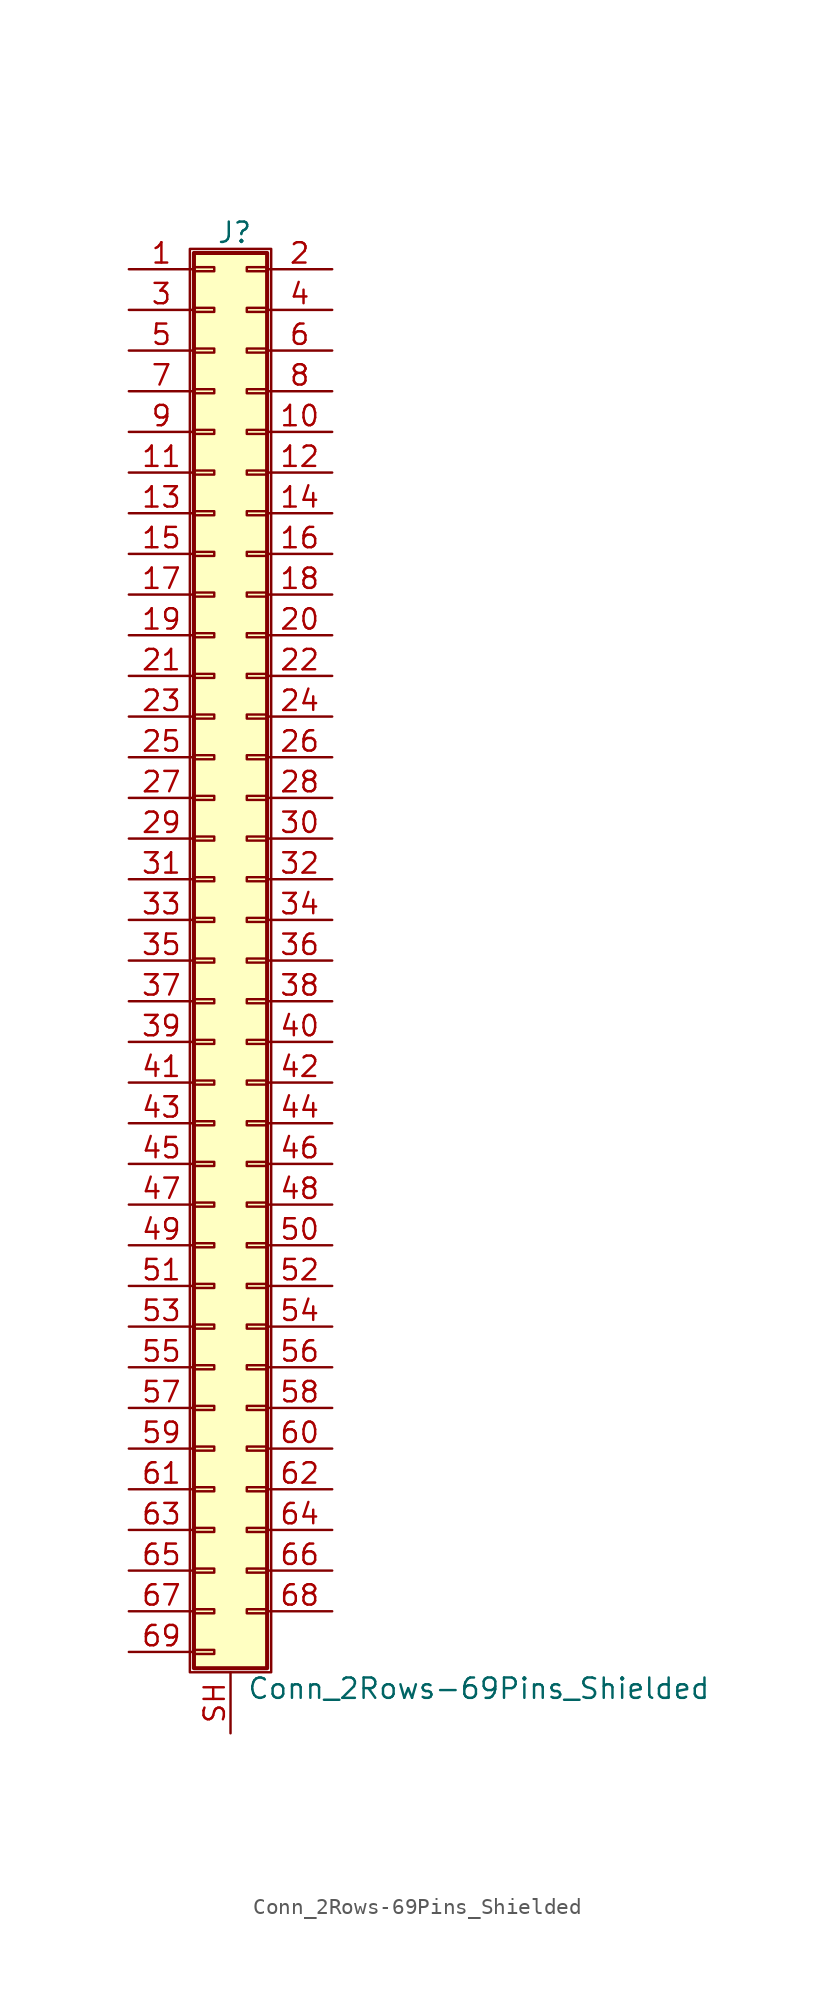
<source format=kicad_sym>
(kicad_symbol_lib
  (version 20201005)
  (generator kicad_symbol_editor)
  (symbol "Connector_Generic_Shielded:Conn_2Rows-69Pins_Shielded"
    (pin_names
      (offset 1.016) hide)
    (property "Reference" "J"
      (at 1.524 45.466 0)
      (effects (font (size 1.27 1.27))))
    (property "Value" "Conn_2Rows-69Pins_Shielded"
      (at 2.286 -45.466 0)
      (effects (font (size 1.27 1.27)) (justify left)))
    (symbol "Conn_2Rows-69Pins_Shielded_1_1"
      (rectangle (start -1.016 -27.813) (end 0.254 -28.067) (stroke (width 0.152)) (fill (type none)))
      (rectangle (start -1.016 -30.353) (end 0.254 -30.607) (stroke (width 0.152)) (fill (type none)))
      (rectangle (start -1.016 -32.893) (end 0.254 -33.147) (stroke (width 0.152)) (fill (type none)))
      (rectangle (start -1.016 -35.433) (end 0.254 -35.687) (stroke (width 0.152)) (fill (type none)))
      (rectangle (start -1.016 -37.973) (end 0.254 -38.227) (stroke (width 0.152)) (fill (type none)))
      (rectangle (start -1.016 -40.513) (end 0.254 -40.767) (stroke (width 0.152)) (fill (type none)))
      (rectangle (start -1.016 -43.053) (end 0.254 -43.307) (stroke (width 0.152)) (fill (type none)))
      (rectangle (start -1.016 -4.953) (end 0.254 -5.207) (stroke (width 0.152)) (fill (type none)))
      (rectangle (start -1.016 -7.493) (end 0.254 -7.747) (stroke (width 0.152)) (fill (type none)))
      (rectangle (start -1.016 -10.033) (end 0.254 -10.287) (stroke (width 0.152)) (fill (type none)))
      (rectangle (start -1.016 -12.573) (end 0.254 -12.827) (stroke (width 0.152)) (fill (type none)))
      (rectangle (start -1.016 -15.113) (end 0.254 -15.367) (stroke (width 0.152)) (fill (type none)))
      (rectangle (start -1.016 -17.653) (end 0.254 -17.907) (stroke (width 0.152)) (fill (type none)))
      (rectangle (start -1.016 -20.193) (end 0.254 -20.447) (stroke (width 0.152)) (fill (type none)))
      (rectangle (start -1.016 -22.733) (end 0.254 -22.987) (stroke (width 0.152)) (fill (type none)))
      (rectangle (start -1.016 -2.413) (end 0.254 -2.667) (stroke (width 0.152)) (fill (type none)))
      (rectangle (start -1.016 -25.273) (end 0.254 -25.527) (stroke (width 0.152)) (fill (type none)))
      (rectangle (start -1.016 25.527) (end 0.254 25.273) (stroke (width 0.152)) (fill (type none)))
      (rectangle (start -1.016 2.667) (end 0.254 2.413) (stroke (width 0.152)) (fill (type none)))
      (rectangle (start -1.016 28.067) (end 0.254 27.813) (stroke (width 0.152)) (fill (type none)))
      (rectangle (start -1.016 30.607) (end 0.254 30.353) (stroke (width 0.152)) (fill (type none)))
      (rectangle (start -1.016 33.147) (end 0.254 32.893) (stroke (width 0.152)) (fill (type none)))
      (rectangle (start -1.016 35.687) (end 0.254 35.433) (stroke (width 0.152)) (fill (type none)))
      (rectangle (start -1.016 38.227) (end 0.254 37.973) (stroke (width 0.152)) (fill (type none)))
      (rectangle (start -1.016 40.767) (end 0.254 40.513) (stroke (width 0.152)) (fill (type none)))
      (rectangle (start -1.016 43.307) (end 0.254 43.053) (stroke (width 0.152)) (fill (type none)))
      (rectangle (start -1.016 44.196) (end 3.556 -44.196) (stroke (width 0.254)) (fill (type background)))
      (rectangle (start -1.016 5.207) (end 0.254 4.953) (stroke (width 0.152)) (fill (type none)))
      (rectangle (start -1.016 7.747) (end 0.254 7.493) (stroke (width 0.152)) (fill (type none)))
      (rectangle (start -1.016 10.287) (end 0.254 10.033) (stroke (width 0.152)) (fill (type none)))
      (rectangle (start -1.016 0.127) (end 0.254 -0.127) (stroke (width 0.152)) (fill (type none)))
      (rectangle (start -1.016 12.827) (end 0.254 12.573) (stroke (width 0.152)) (fill (type none)))
      (rectangle (start -1.016 15.367) (end 0.254 15.113) (stroke (width 0.152)) (fill (type none)))
      (rectangle (start -1.016 17.907) (end 0.254 17.653) (stroke (width 0.152)) (fill (type none)))
      (rectangle (start -1.016 20.447) (end 0.254 20.193) (stroke (width 0.152)) (fill (type none)))
      (rectangle (start -1.016 22.987) (end 0.254 22.733) (stroke (width 0.152)) (fill (type none)))
      (rectangle (start -1.27 44.45) (end 3.81 -44.45) (stroke (width 0.152)) (fill (type none)))
      (rectangle (start 3.556 -27.813) (end 2.286 -28.067) (stroke (width 0.152)) (fill (type none)))
      (rectangle (start 3.556 -30.353) (end 2.286 -30.607) (stroke (width 0.152)) (fill (type none)))
      (rectangle (start 3.556 -32.893) (end 2.286 -33.147) (stroke (width 0.152)) (fill (type none)))
      (rectangle (start 3.556 -35.433) (end 2.286 -35.687) (stroke (width 0.152)) (fill (type none)))
      (rectangle (start 3.556 -37.973) (end 2.286 -38.227) (stroke (width 0.152)) (fill (type none)))
      (rectangle (start 3.556 -40.513) (end 2.286 -40.767) (stroke (width 0.152)) (fill (type none)))
      (rectangle (start 3.556 -4.953) (end 2.286 -5.207) (stroke (width 0.152)) (fill (type none)))
      (rectangle (start 3.556 -7.493) (end 2.286 -7.747) (stroke (width 0.152)) (fill (type none)))
      (rectangle (start 3.556 -10.033) (end 2.286 -10.287) (stroke (width 0.152)) (fill (type none)))
      (rectangle (start 3.556 -12.573) (end 2.286 -12.827) (stroke (width 0.152)) (fill (type none)))
      (rectangle (start 3.556 -15.113) (end 2.286 -15.367) (stroke (width 0.152)) (fill (type none)))
      (rectangle (start 3.556 -17.653) (end 2.286 -17.907) (stroke (width 0.152)) (fill (type none)))
      (rectangle (start 3.556 -20.193) (end 2.286 -20.447) (stroke (width 0.152)) (fill (type none)))
      (rectangle (start 3.556 -22.733) (end 2.286 -22.987) (stroke (width 0.152)) (fill (type none)))
      (rectangle (start 3.556 -2.413) (end 2.286 -2.667) (stroke (width 0.152)) (fill (type none)))
      (rectangle (start 3.556 -25.273) (end 2.286 -25.527) (stroke (width 0.152)) (fill (type none)))
      (rectangle (start 3.556 25.527) (end 2.286 25.273) (stroke (width 0.152)) (fill (type none)))
      (rectangle (start 3.556 2.667) (end 2.286 2.413) (stroke (width 0.152)) (fill (type none)))
      (rectangle (start 3.556 28.067) (end 2.286 27.813) (stroke (width 0.152)) (fill (type none)))
      (rectangle (start 3.556 30.607) (end 2.286 30.353) (stroke (width 0.152)) (fill (type none)))
      (rectangle (start 3.556 33.147) (end 2.286 32.893) (stroke (width 0.152)) (fill (type none)))
      (rectangle (start 3.556 35.687) (end 2.286 35.433) (stroke (width 0.152)) (fill (type none)))
      (rectangle (start 3.556 38.227) (end 2.286 37.973) (stroke (width 0.152)) (fill (type none)))
      (rectangle (start 3.556 40.767) (end 2.286 40.513) (stroke (width 0.152)) (fill (type none)))
      (rectangle (start 3.556 43.307) (end 2.286 43.053) (stroke (width 0.152)) (fill (type none)))
      (rectangle (start 3.556 5.207) (end 2.286 4.953) (stroke (width 0.152)) (fill (type none)))
      (rectangle (start 3.556 7.747) (end 2.286 7.493) (stroke (width 0.152)) (fill (type none)))
      (rectangle (start 3.556 10.287) (end 2.286 10.033) (stroke (width 0.152)) (fill (type none)))
      (rectangle (start 3.556 0.127) (end 2.286 -0.127) (stroke (width 0.152)) (fill (type none)))
      (rectangle (start 3.556 12.827) (end 2.286 12.573) (stroke (width 0.152)) (fill (type none)))
      (rectangle (start 3.556 15.367) (end 2.286 15.113) (stroke (width 0.152)) (fill (type none)))
      (rectangle (start 3.556 17.907) (end 2.286 17.653) (stroke (width 0.152)) (fill (type none)))
      (rectangle (start 3.556 20.447) (end 2.286 20.193) (stroke (width 0.152)) (fill (type none)))
      (rectangle (start 3.556 22.987) (end 2.286 22.733) (stroke (width 0.152)) (fill (type none)))
      (pin passive line (at -5.08 43.18 0) (length 4.064) (name "Pin_1" (effects (font (size 1.27 1.27)))) (number "1" (effects (font (size 1.27 1.27)))))
      (pin passive line (at 7.62 33.02 180) (length 4.064) (name "Pin_10" (effects (font (size 1.27 1.27)))) (number "10" (effects (font (size 1.27 1.27)))))
      (pin passive line (at -5.08 30.48 0) (length 4.064) (name "Pin_11" (effects (font (size 1.27 1.27)))) (number "11" (effects (font (size 1.27 1.27)))))
      (pin passive line (at 7.62 30.48 180) (length 4.064) (name "Pin_12" (effects (font (size 1.27 1.27)))) (number "12" (effects (font (size 1.27 1.27)))))
      (pin passive line (at -5.08 27.94 0) (length 4.064) (name "Pin_13" (effects (font (size 1.27 1.27)))) (number "13" (effects (font (size 1.27 1.27)))))
      (pin passive line (at 7.62 27.94 180) (length 4.064) (name "Pin_14" (effects (font (size 1.27 1.27)))) (number "14" (effects (font (size 1.27 1.27)))))
      (pin passive line (at -5.08 25.4 0) (length 4.064) (name "Pin_15" (effects (font (size 1.27 1.27)))) (number "15" (effects (font (size 1.27 1.27)))))
      (pin passive line (at 7.62 25.4 180) (length 4.064) (name "Pin_16" (effects (font (size 1.27 1.27)))) (number "16" (effects (font (size 1.27 1.27)))))
      (pin passive line (at -5.08 22.86 0) (length 4.064) (name "Pin_17" (effects (font (size 1.27 1.27)))) (number "17" (effects (font (size 1.27 1.27)))))
      (pin passive line (at 7.62 22.86 180) (length 4.064) (name "Pin_18" (effects (font (size 1.27 1.27)))) (number "18" (effects (font (size 1.27 1.27)))))
      (pin passive line (at -5.08 20.32 0) (length 4.064) (name "Pin_19" (effects (font (size 1.27 1.27)))) (number "19" (effects (font (size 1.27 1.27)))))
      (pin passive line (at 7.62 43.18 180) (length 4.064) (name "Pin_2" (effects (font (size 1.27 1.27)))) (number "2" (effects (font (size 1.27 1.27)))))
      (pin passive line (at 7.62 20.32 180) (length 4.064) (name "Pin_20" (effects (font (size 1.27 1.27)))) (number "20" (effects (font (size 1.27 1.27)))))
      (pin passive line (at -5.08 17.78 0) (length 4.064) (name "Pin_21" (effects (font (size 1.27 1.27)))) (number "21" (effects (font (size 1.27 1.27)))))
      (pin passive line (at 7.62 17.78 180) (length 4.064) (name "Pin_22" (effects (font (size 1.27 1.27)))) (number "22" (effects (font (size 1.27 1.27)))))
      (pin passive line (at -5.08 15.24 0) (length 4.064) (name "Pin_23" (effects (font (size 1.27 1.27)))) (number "23" (effects (font (size 1.27 1.27)))))
      (pin passive line (at 7.62 15.24 180) (length 4.064) (name "Pin_24" (effects (font (size 1.27 1.27)))) (number "24" (effects (font (size 1.27 1.27)))))
      (pin passive line (at -5.08 12.7 0) (length 4.064) (name "Pin_25" (effects (font (size 1.27 1.27)))) (number "25" (effects (font (size 1.27 1.27)))))
      (pin passive line (at 7.62 12.7 180) (length 4.064) (name "Pin_26" (effects (font (size 1.27 1.27)))) (number "26" (effects (font (size 1.27 1.27)))))
      (pin passive line (at -5.08 10.16 0) (length 4.064) (name "Pin_27" (effects (font (size 1.27 1.27)))) (number "27" (effects (font (size 1.27 1.27)))))
      (pin passive line (at 7.62 10.16 180) (length 4.064) (name "Pin_28" (effects (font (size 1.27 1.27)))) (number "28" (effects (font (size 1.27 1.27)))))
      (pin passive line (at -5.08 7.62 0) (length 4.064) (name "Pin_29" (effects (font (size 1.27 1.27)))) (number "29" (effects (font (size 1.27 1.27)))))
      (pin passive line (at -5.08 40.64 0) (length 4.064) (name "Pin_3" (effects (font (size 1.27 1.27)))) (number "3" (effects (font (size 1.27 1.27)))))
      (pin passive line (at 7.62 7.62 180) (length 4.064) (name "Pin_30" (effects (font (size 1.27 1.27)))) (number "30" (effects (font (size 1.27 1.27)))))
      (pin passive line (at -5.08 5.08 0) (length 4.064) (name "Pin_31" (effects (font (size 1.27 1.27)))) (number "31" (effects (font (size 1.27 1.27)))))
      (pin passive line (at 7.62 5.08 180) (length 4.064) (name "Pin_32" (effects (font (size 1.27 1.27)))) (number "32" (effects (font (size 1.27 1.27)))))
      (pin passive line (at -5.08 2.54 0) (length 4.064) (name "Pin_33" (effects (font (size 1.27 1.27)))) (number "33" (effects (font (size 1.27 1.27)))))
      (pin passive line (at 7.62 2.54 180) (length 4.064) (name "Pin_34" (effects (font (size 1.27 1.27)))) (number "34" (effects (font (size 1.27 1.27)))))
      (pin passive line (at -5.08 0 0) (length 4.064) (name "Pin_35" (effects (font (size 1.27 1.27)))) (number "35" (effects (font (size 1.27 1.27)))))
      (pin passive line (at 7.62 0 180) (length 4.064) (name "Pin_36" (effects (font (size 1.27 1.27)))) (number "36" (effects (font (size 1.27 1.27)))))
      (pin passive line (at -5.08 -2.54 0) (length 4.064) (name "Pin_37" (effects (font (size 1.27 1.27)))) (number "37" (effects (font (size 1.27 1.27)))))
      (pin passive line (at 7.62 -2.54 180) (length 4.064) (name "Pin_38" (effects (font (size 1.27 1.27)))) (number "38" (effects (font (size 1.27 1.27)))))
      (pin passive line (at -5.08 -5.08 0) (length 4.064) (name "Pin_39" (effects (font (size 1.27 1.27)))) (number "39" (effects (font (size 1.27 1.27)))))
      (pin passive line (at 7.62 40.64 180) (length 4.064) (name "Pin_4" (effects (font (size 1.27 1.27)))) (number "4" (effects (font (size 1.27 1.27)))))
      (pin passive line (at 7.62 -5.08 180) (length 4.064) (name "Pin_40" (effects (font (size 1.27 1.27)))) (number "40" (effects (font (size 1.27 1.27)))))
      (pin passive line (at -5.08 -7.62 0) (length 4.064) (name "Pin_41" (effects (font (size 1.27 1.27)))) (number "41" (effects (font (size 1.27 1.27)))))
      (pin passive line (at 7.62 -7.62 180) (length 4.064) (name "Pin_42" (effects (font (size 1.27 1.27)))) (number "42" (effects (font (size 1.27 1.27)))))
      (pin passive line (at -5.08 -10.16 0) (length 4.064) (name "Pin_43" (effects (font (size 1.27 1.27)))) (number "43" (effects (font (size 1.27 1.27)))))
      (pin passive line (at 7.62 -10.16 180) (length 4.064) (name "Pin_44" (effects (font (size 1.27 1.27)))) (number "44" (effects (font (size 1.27 1.27)))))
      (pin passive line (at -5.08 -12.7 0) (length 4.064) (name "Pin_45" (effects (font (size 1.27 1.27)))) (number "45" (effects (font (size 1.27 1.27)))))
      (pin passive line (at 7.62 -12.7 180) (length 4.064) (name "Pin_46" (effects (font (size 1.27 1.27)))) (number "46" (effects (font (size 1.27 1.27)))))
      (pin passive line (at -5.08 -15.24 0) (length 4.064) (name "Pin_47" (effects (font (size 1.27 1.27)))) (number "47" (effects (font (size 1.27 1.27)))))
      (pin passive line (at 7.62 -15.24 180) (length 4.064) (name "Pin_48" (effects (font (size 1.27 1.27)))) (number "48" (effects (font (size 1.27 1.27)))))
      (pin passive line (at -5.08 -17.78 0) (length 4.064) (name "Pin_49" (effects (font (size 1.27 1.27)))) (number "49" (effects (font (size 1.27 1.27)))))
      (pin passive line (at -5.08 38.1 0) (length 4.064) (name "Pin_5" (effects (font (size 1.27 1.27)))) (number "5" (effects (font (size 1.27 1.27)))))
      (pin passive line (at 7.62 -17.78 180) (length 4.064) (name "Pin_50" (effects (font (size 1.27 1.27)))) (number "50" (effects (font (size 1.27 1.27)))))
      (pin passive line (at -5.08 -20.32 0) (length 4.064) (name "Pin_51" (effects (font (size 1.27 1.27)))) (number "51" (effects (font (size 1.27 1.27)))))
      (pin passive line (at 7.62 -20.32 180) (length 4.064) (name "Pin_52" (effects (font (size 1.27 1.27)))) (number "52" (effects (font (size 1.27 1.27)))))
      (pin passive line (at -5.08 -22.86 0) (length 4.064) (name "Pin_53" (effects (font (size 1.27 1.27)))) (number "53" (effects (font (size 1.27 1.27)))))
      (pin passive line (at 7.62 -22.86 180) (length 4.064) (name "Pin_54" (effects (font (size 1.27 1.27)))) (number "54" (effects (font (size 1.27 1.27)))))
      (pin passive line (at -5.08 -25.4 0) (length 4.064) (name "Pin_55" (effects (font (size 1.27 1.27)))) (number "55" (effects (font (size 1.27 1.27)))))
      (pin passive line (at 7.62 -25.4 180) (length 4.064) (name "Pin_56" (effects (font (size 1.27 1.27)))) (number "56" (effects (font (size 1.27 1.27)))))
      (pin passive line (at -5.08 -27.94 0) (length 4.064) (name "Pin_57" (effects (font (size 1.27 1.27)))) (number "57" (effects (font (size 1.27 1.27)))))
      (pin passive line (at 7.62 -27.94 180) (length 4.064) (name "Pin_58" (effects (font (size 1.27 1.27)))) (number "58" (effects (font (size 1.27 1.27)))))
      (pin passive line (at -5.08 -30.48 0) (length 4.064) (name "Pin_59" (effects (font (size 1.27 1.27)))) (number "59" (effects (font (size 1.27 1.27)))))
      (pin passive line (at 7.62 38.1 180) (length 4.064) (name "Pin_6" (effects (font (size 1.27 1.27)))) (number "6" (effects (font (size 1.27 1.27)))))
      (pin passive line (at 7.62 -30.48 180) (length 4.064) (name "Pin_60" (effects (font (size 1.27 1.27)))) (number "60" (effects (font (size 1.27 1.27)))))
      (pin passive line (at -5.08 -33.02 0) (length 4.064) (name "Pin_61" (effects (font (size 1.27 1.27)))) (number "61" (effects (font (size 1.27 1.27)))))
      (pin passive line (at 7.62 -33.02 180) (length 4.064) (name "Pin_62" (effects (font (size 1.27 1.27)))) (number "62" (effects (font (size 1.27 1.27)))))
      (pin passive line (at -5.08 -35.56 0) (length 4.064) (name "Pin_63" (effects (font (size 1.27 1.27)))) (number "63" (effects (font (size 1.27 1.27)))))
      (pin passive line (at 7.62 -35.56 180) (length 4.064) (name "Pin_64" (effects (font (size 1.27 1.27)))) (number "64" (effects (font (size 1.27 1.27)))))
      (pin passive line (at -5.08 -38.1 0) (length 4.064) (name "Pin_65" (effects (font (size 1.27 1.27)))) (number "65" (effects (font (size 1.27 1.27)))))
      (pin passive line (at 7.62 -38.1 180) (length 4.064) (name "Pin_66" (effects (font (size 1.27 1.27)))) (number "66" (effects (font (size 1.27 1.27)))))
      (pin passive line (at -5.08 -40.64 0) (length 4.064) (name "Pin_67" (effects (font (size 1.27 1.27)))) (number "67" (effects (font (size 1.27 1.27)))))
      (pin passive line (at 7.62 -40.64 180) (length 4.064) (name "Pin_68" (effects (font (size 1.27 1.27)))) (number "68" (effects (font (size 1.27 1.27)))))
      (pin passive line (at -5.08 -43.18 0) (length 4.064) (name "Pin_69" (effects (font (size 1.27 1.27)))) (number "69" (effects (font (size 1.27 1.27)))))
      (pin passive line (at -5.08 35.56 0) (length 4.064) (name "Pin_7" (effects (font (size 1.27 1.27)))) (number "7" (effects (font (size 1.27 1.27)))))
      (pin passive line (at 7.62 35.56 180) (length 4.064) (name "Pin_8" (effects (font (size 1.27 1.27)))) (number "8" (effects (font (size 1.27 1.27)))))
      (pin passive line (at -5.08 33.02 0) (length 4.064) (name "Pin_9" (effects (font (size 1.27 1.27)))) (number "9" (effects (font (size 1.27 1.27)))))
      (pin passive line (at 1.27 -48.26 90) (length 3.81) (name "Shield" (effects (font (size 1.27 1.27)))) (number "SH" (effects (font (size 1.27 1.27))))))))
</source>
